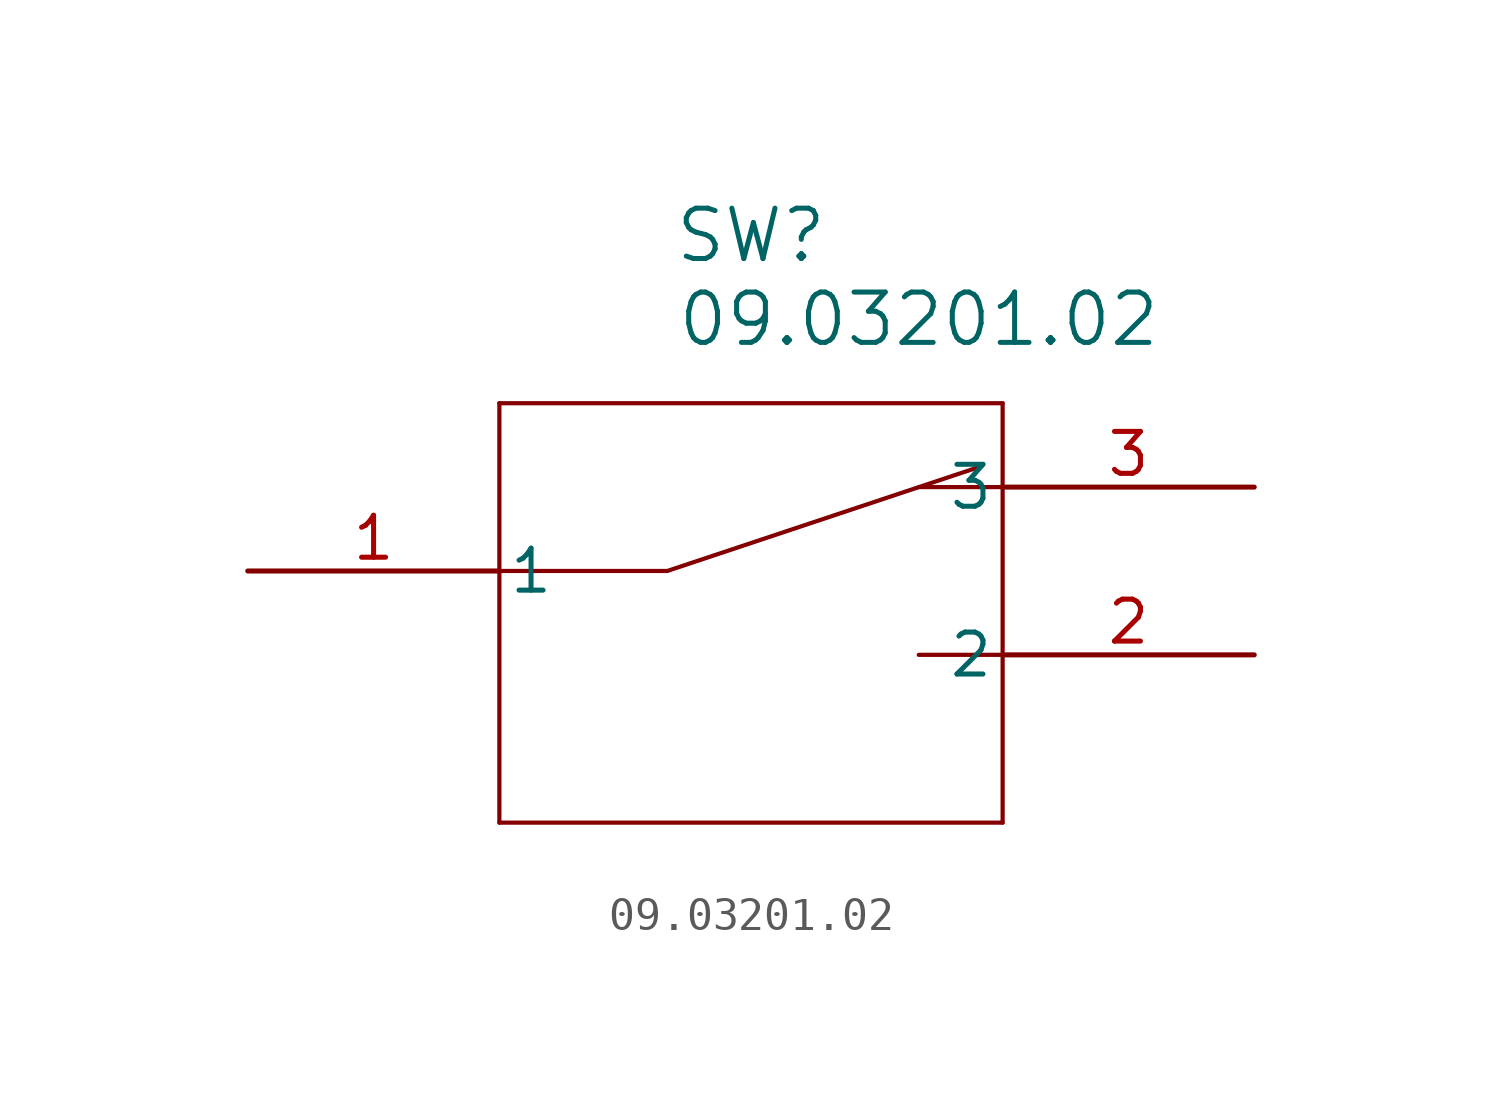
<source format=kicad_sym>
(kicad_symbol_lib
  (version 20211014)
  (generator kicad_symbol_editor)
  (symbol "09.03201.02"
    (pin_names
      (offset 0.254))
    (property "Reference" "SW"
      (at 15.24 10.16 0)
      (effects (font (size 1.524 1.524))))
    (property "Value" "09.03201.02"
      (at 20.32 7.62 0)
      (effects (font (size 1.524 1.524))))
    (symbol "09.03201.02_0_1"
      (polyline (pts (xy 7.62 5.08) (xy 7.62 -7.62)) (stroke (width 0.127) (type default) (color 0 0 0 0)) (fill (type none)))
      (polyline (pts (xy 7.62 -7.62) (xy 22.86 -7.62)) (stroke (width 0.127) (type default) (color 0 0 0 0)) (fill (type none)))
      (polyline (pts (xy 22.86 -7.62) (xy 22.86 5.08)) (stroke (width 0.127) (type default) (color 0 0 0 0)) (fill (type none)))
      (polyline (pts (xy 22.86 5.08) (xy 7.62 5.08)) (stroke (width 0.127) (type default) (color 0 0 0 0)) (fill (type none)))
      (polyline (pts (xy 22.86 2.54) (xy 20.32 2.54)) (stroke (width 0.127) (type default) (color 0 0 0 0)) (fill (type none)))
      (polyline (pts (xy 22.86 -2.54) (xy 20.32 -2.54)) (stroke (width 0.127) (type default) (color 0 0 0 0)) (fill (type none)))
      (polyline (pts (xy 7.62 0) (xy 12.7 0)) (stroke (width 0.127) (type default) (color 0 0 0 0)) (fill (type none)))
      (polyline (pts (xy 12.7 0) (xy 22.225 3.175)) (stroke (width 0.127) (type default) (color 0 0 0 0)) (fill (type none)))
      (pin unspecified line (at 0 0 0) (length 7.62) (name "1" (effects (font (size 1.27 1.27)))) (number "1" (effects (font (size 1.27 1.27)))))
      (pin unspecified line (at 30.48 -2.54 180) (length 7.62) (name "2" (effects (font (size 1.27 1.27)))) (number "2" (effects (font (size 1.27 1.27)))))
      (pin unspecified line (at 30.48 2.54 180) (length 7.62) (name "3" (effects (font (size 1.27 1.27)))) (number "3" (effects (font (size 1.27 1.27))))))))
</source>
